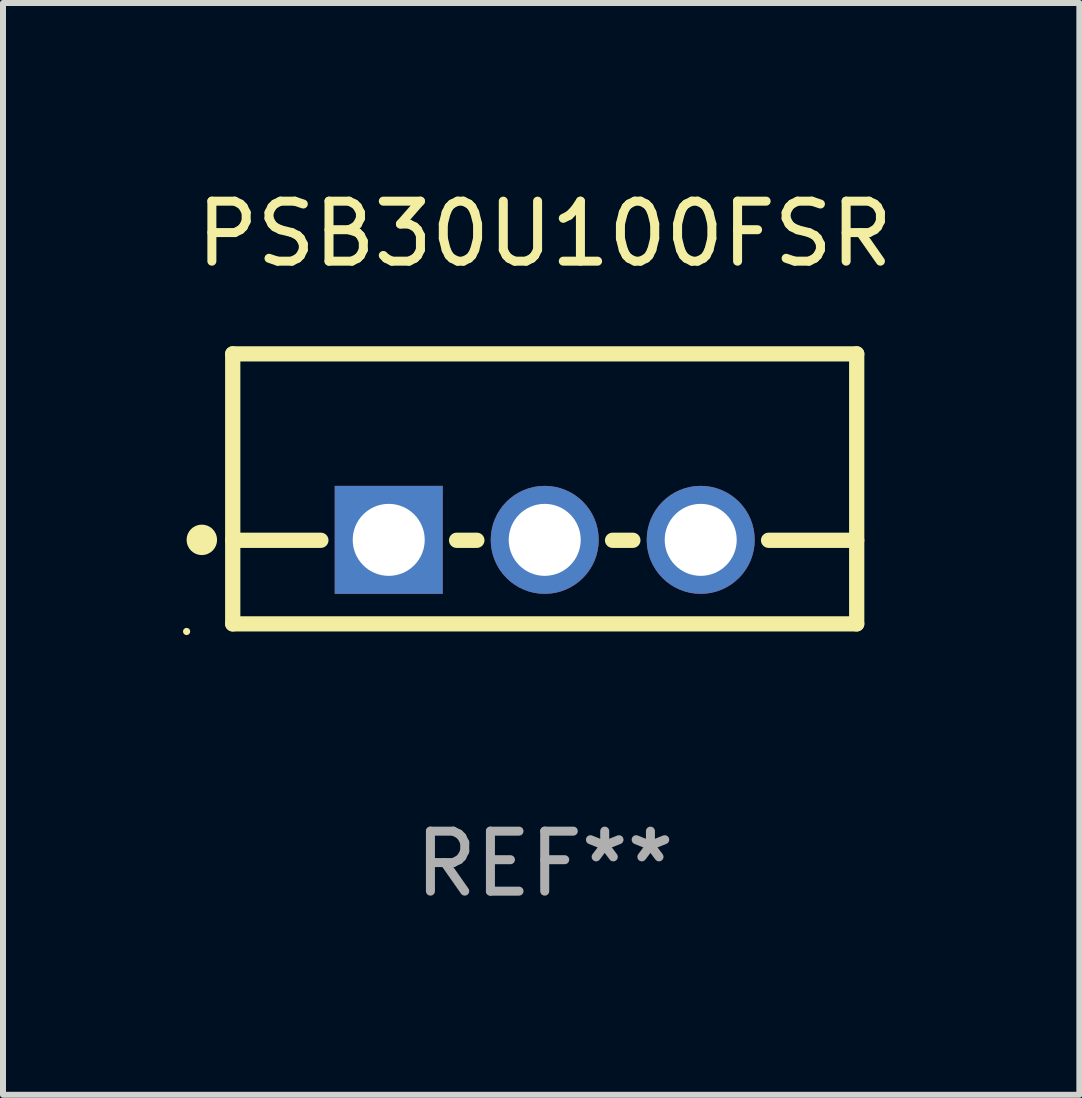
<source format=kicad_pcb>
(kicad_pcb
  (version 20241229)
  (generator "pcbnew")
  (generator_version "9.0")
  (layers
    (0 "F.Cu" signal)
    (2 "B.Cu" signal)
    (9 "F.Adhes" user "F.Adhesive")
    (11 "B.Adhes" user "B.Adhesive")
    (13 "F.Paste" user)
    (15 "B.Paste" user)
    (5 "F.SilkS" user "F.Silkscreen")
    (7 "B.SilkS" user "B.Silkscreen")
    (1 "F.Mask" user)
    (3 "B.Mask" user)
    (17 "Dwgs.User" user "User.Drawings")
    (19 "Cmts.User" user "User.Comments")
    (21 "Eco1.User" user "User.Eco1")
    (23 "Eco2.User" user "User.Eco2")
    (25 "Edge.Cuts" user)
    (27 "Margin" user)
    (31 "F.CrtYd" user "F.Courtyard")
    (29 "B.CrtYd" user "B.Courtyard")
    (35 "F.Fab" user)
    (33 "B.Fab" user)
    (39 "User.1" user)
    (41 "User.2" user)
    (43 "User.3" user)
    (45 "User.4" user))
  (footprint "PSB30U100FSR"
    (layer "F.Cu")
    (at 6.029 5.098)
    (property "Reference" "PSB30U100FSR" (at 0 -4.25 0) (layer "F.SilkS") (effects (font (size 1 1) (thickness 0.15))))
    (attr through_hole)
    (fp_line (start -5.2 -2.25) (end -5.2 2.25) (stroke (width 0.254) (type solid)) (layer "F.SilkS"))
    (fp_line (start -5.2 -2.25) (end 5.2 -2.25) (stroke (width 0.254) (type solid)) (layer "F.SilkS"))
    (fp_line (start -5.2 0.857) (end -3.731 0.857) (stroke (width 0.254) (type solid)) (layer "F.SilkS"))
    (fp_line (start -5.2 2.25) (end 5.2 2.25) (stroke (width 0.254) (type solid)) (layer "F.SilkS"))
    (fp_line (start -1.469 0.857) (end -1.131 0.857) (stroke (width 0.254) (type solid)) (layer "F.SilkS"))
    (fp_line (start 1.131 0.857) (end 1.469 0.857) (stroke (width 0.254) (type solid)) (layer "F.SilkS"))
    (fp_line (start 3.731 0.857) (end 5.2 0.857) (stroke (width 0.254) (type solid)) (layer "F.SilkS"))
    (fp_line (start 5.2 -2.25) (end 5.2 2.25) (stroke (width 0.254) (type solid)) (layer "F.SilkS"))
    (fp_circle (center -5.969 2.377) (end -5.939 2.377) (stroke (width 0.06) (type solid)) (fill no) (layer "F.SilkS"))
    (fp_circle (center -5.715 0.85) (end -5.588 0.85) (stroke (width 0.254) (type solid)) (fill no) (layer "F.SilkS"))
    (fp_text user "REF**" (at 0 6.25 0) (layer "F.Fab") (effects (font (size 1 1) (thickness 0.15))))
    (pad "1" thru_hole rect (at -2.6 0.85) (size 1.8 1.8) (drill 1.2) (layers "*.Cu" "*.Mask"))
    (pad "2" thru_hole circle (at 0 0.85) (size 1.8 1.8) (drill 1.2) (layers "*.Cu" "*.Mask"))
    (pad "3" thru_hole circle (at 2.6 0.85) (size 1.8 1.8) (drill 1.2) (layers "*.Cu" "*.Mask")))
  (gr_rect
    (start -3 -3)
    (end 14.94 15.197)
    (stroke (width 0.1) (type default))
    (fill no)
    (layer "Edge.Cuts")))
</source>
